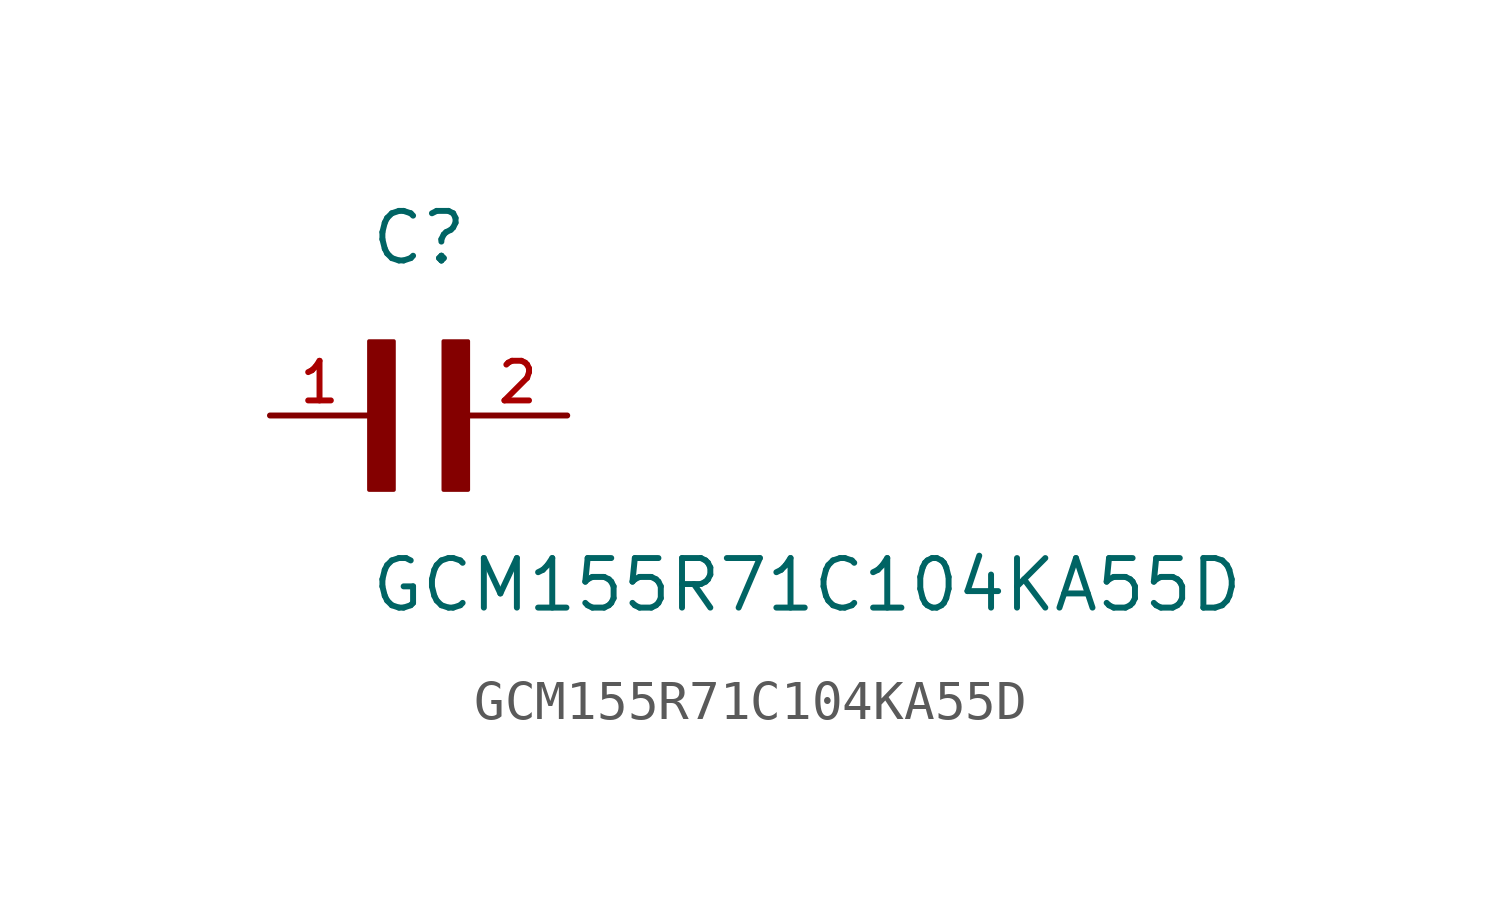
<source format=kicad_sym>
(kicad_symbol_lib
  (version 20211014)
  (generator kicad_symbol_editor)
  (symbol "GCM155R71C104KA55D"
    (pin_names
      (offset 1.016))
    (property "Reference" "C"
      (at 0.0 3.811 0)
      (effects (font (size 1.27 1.27)) (justify bottom left)))
    (property "Value" "GCM155R71C104KA55D"
      (at 0.0 -5.088 0)
      (effects (font (size 1.27 1.27)) (justify bottom left)))
    (symbol "GCM155R71C104KA55D_0_0"
      (rectangle (start 0.0 -1.907) (end 0.635 1.905) (stroke (width 0.1)) (fill (type outline)))
      (rectangle (start 1.907 -1.907) (end 2.54 1.905) (stroke (width 0.1)) (fill (type outline)))
      (pin passive line (at 5.08 0.0 180.0) (length 2.54) (name "~" (effects (font (size 1.016 1.016)))) (number "2" (effects (font (size 1.016 1.016)))))
      (pin passive line (at -2.54 0.0 0) (length 2.54) (name "~" (effects (font (size 1.016 1.016)))) (number "1" (effects (font (size 1.016 1.016))))))))
</source>
